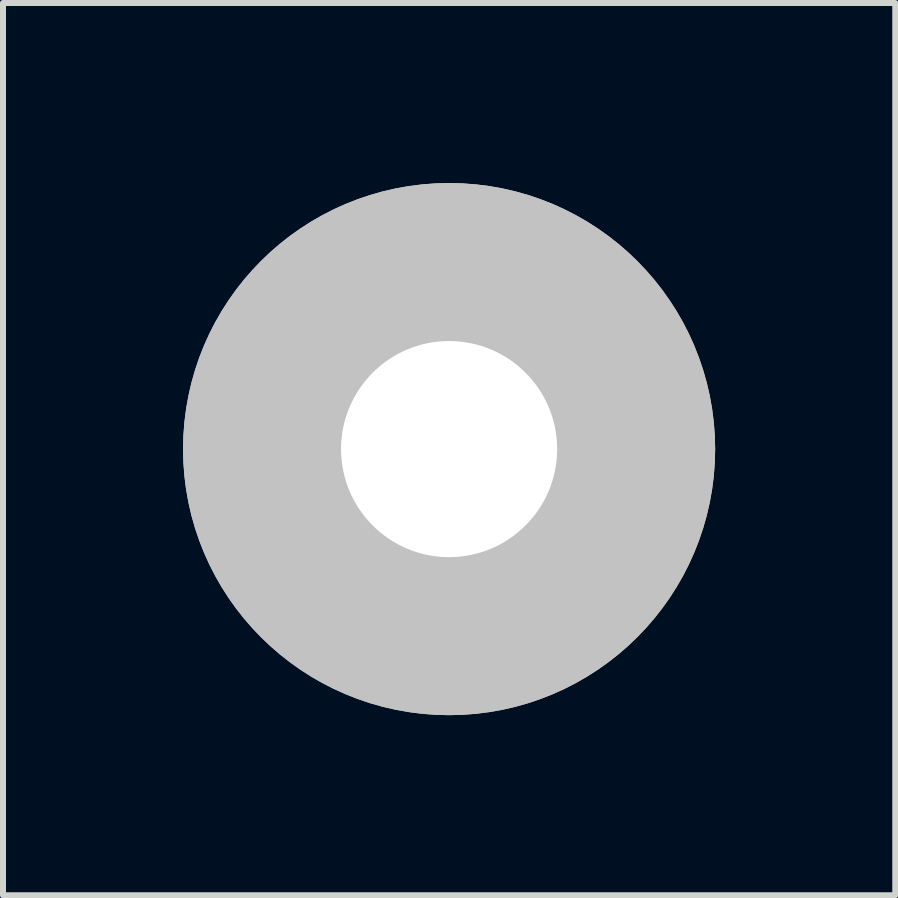
<source format=kicad_pcb>
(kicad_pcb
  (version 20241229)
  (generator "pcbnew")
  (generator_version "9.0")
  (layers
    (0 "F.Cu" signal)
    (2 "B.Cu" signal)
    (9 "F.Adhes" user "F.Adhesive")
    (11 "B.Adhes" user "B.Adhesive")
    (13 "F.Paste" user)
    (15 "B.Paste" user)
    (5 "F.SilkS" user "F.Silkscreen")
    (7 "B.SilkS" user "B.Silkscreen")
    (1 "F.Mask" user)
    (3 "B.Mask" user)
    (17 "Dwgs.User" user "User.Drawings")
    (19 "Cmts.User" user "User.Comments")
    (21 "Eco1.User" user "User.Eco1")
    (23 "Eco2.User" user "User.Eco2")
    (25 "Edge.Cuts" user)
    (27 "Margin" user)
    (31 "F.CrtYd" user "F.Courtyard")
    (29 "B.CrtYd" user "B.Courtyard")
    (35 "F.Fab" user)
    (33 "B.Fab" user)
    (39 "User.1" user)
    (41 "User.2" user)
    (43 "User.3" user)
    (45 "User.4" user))
  (footprint "3,6"
    (layer "F.Cu")
    (at 4.432 4.432)
    (property "Reference" "3,6" (at 0 0 0) (layer "F.SilkS") (effects (font (size 1.27 1.27) (thickness 0.15))))
    (attr through_hole)
    (fp_circle (center 0 0) (end 1.9 0) (stroke (width 0.203) (type solid)) (fill no) (layer "F.SilkS"))
    (fp_circle (center 0 0) (end 3.429 0) (stroke (width 0.152) (type solid)) (fill no) (layer "F.SilkS"))
    (fp_circle (center 0 0) (end 3.048 0) (stroke (width 2.032) (type solid)) (fill no) (layer "Dwgs.User"))
    (fp_circle (center 0 0) (end 3.048 0) (stroke (width 2.032) (type solid)) (fill no) (layer "Dwgs.User"))
    (fp_circle (center 0 0) (end 3.048 0) (stroke (width 2.032) (type solid)) (fill no) (layer "Dwgs.User"))
    (fp_circle (center 0 0) (end 3.048 0) (stroke (width 2.769) (type solid)) (fill no) (layer "Dwgs.User"))
    (fp_circle (center 0 0) (end 3.048 0) (stroke (width 2.769) (type solid)) (fill no) (layer "Dwgs.User"))
    (fp_arc (start 0 -2.159) (mid 1.526644 -1.526644) (end 2.159 0) (stroke (width 2.4892) (type solid)) (layer "F.Fab"))
    (fp_arc (start 0 2.159) (mid -1.526644 1.526644) (end -2.159 0) (stroke (width 2.4892) (type solid)) (layer "F.Fab"))
    (fp_circle (center 0 0) (end 0.762 0) (stroke (width 0.457) (type solid)) (fill no) (layer "F.Fab"))
    (pad "" np_thru_hole circle (at 0 0) (size 3.6 3.6) (drill 3.6) (layers "*.Cu")))
  (gr_rect
    (start -3 -3)
    (end 11.865 11.865)
    (stroke (width 0.1) (type default))
    (fill no)
    (layer "Edge.Cuts")))
</source>
